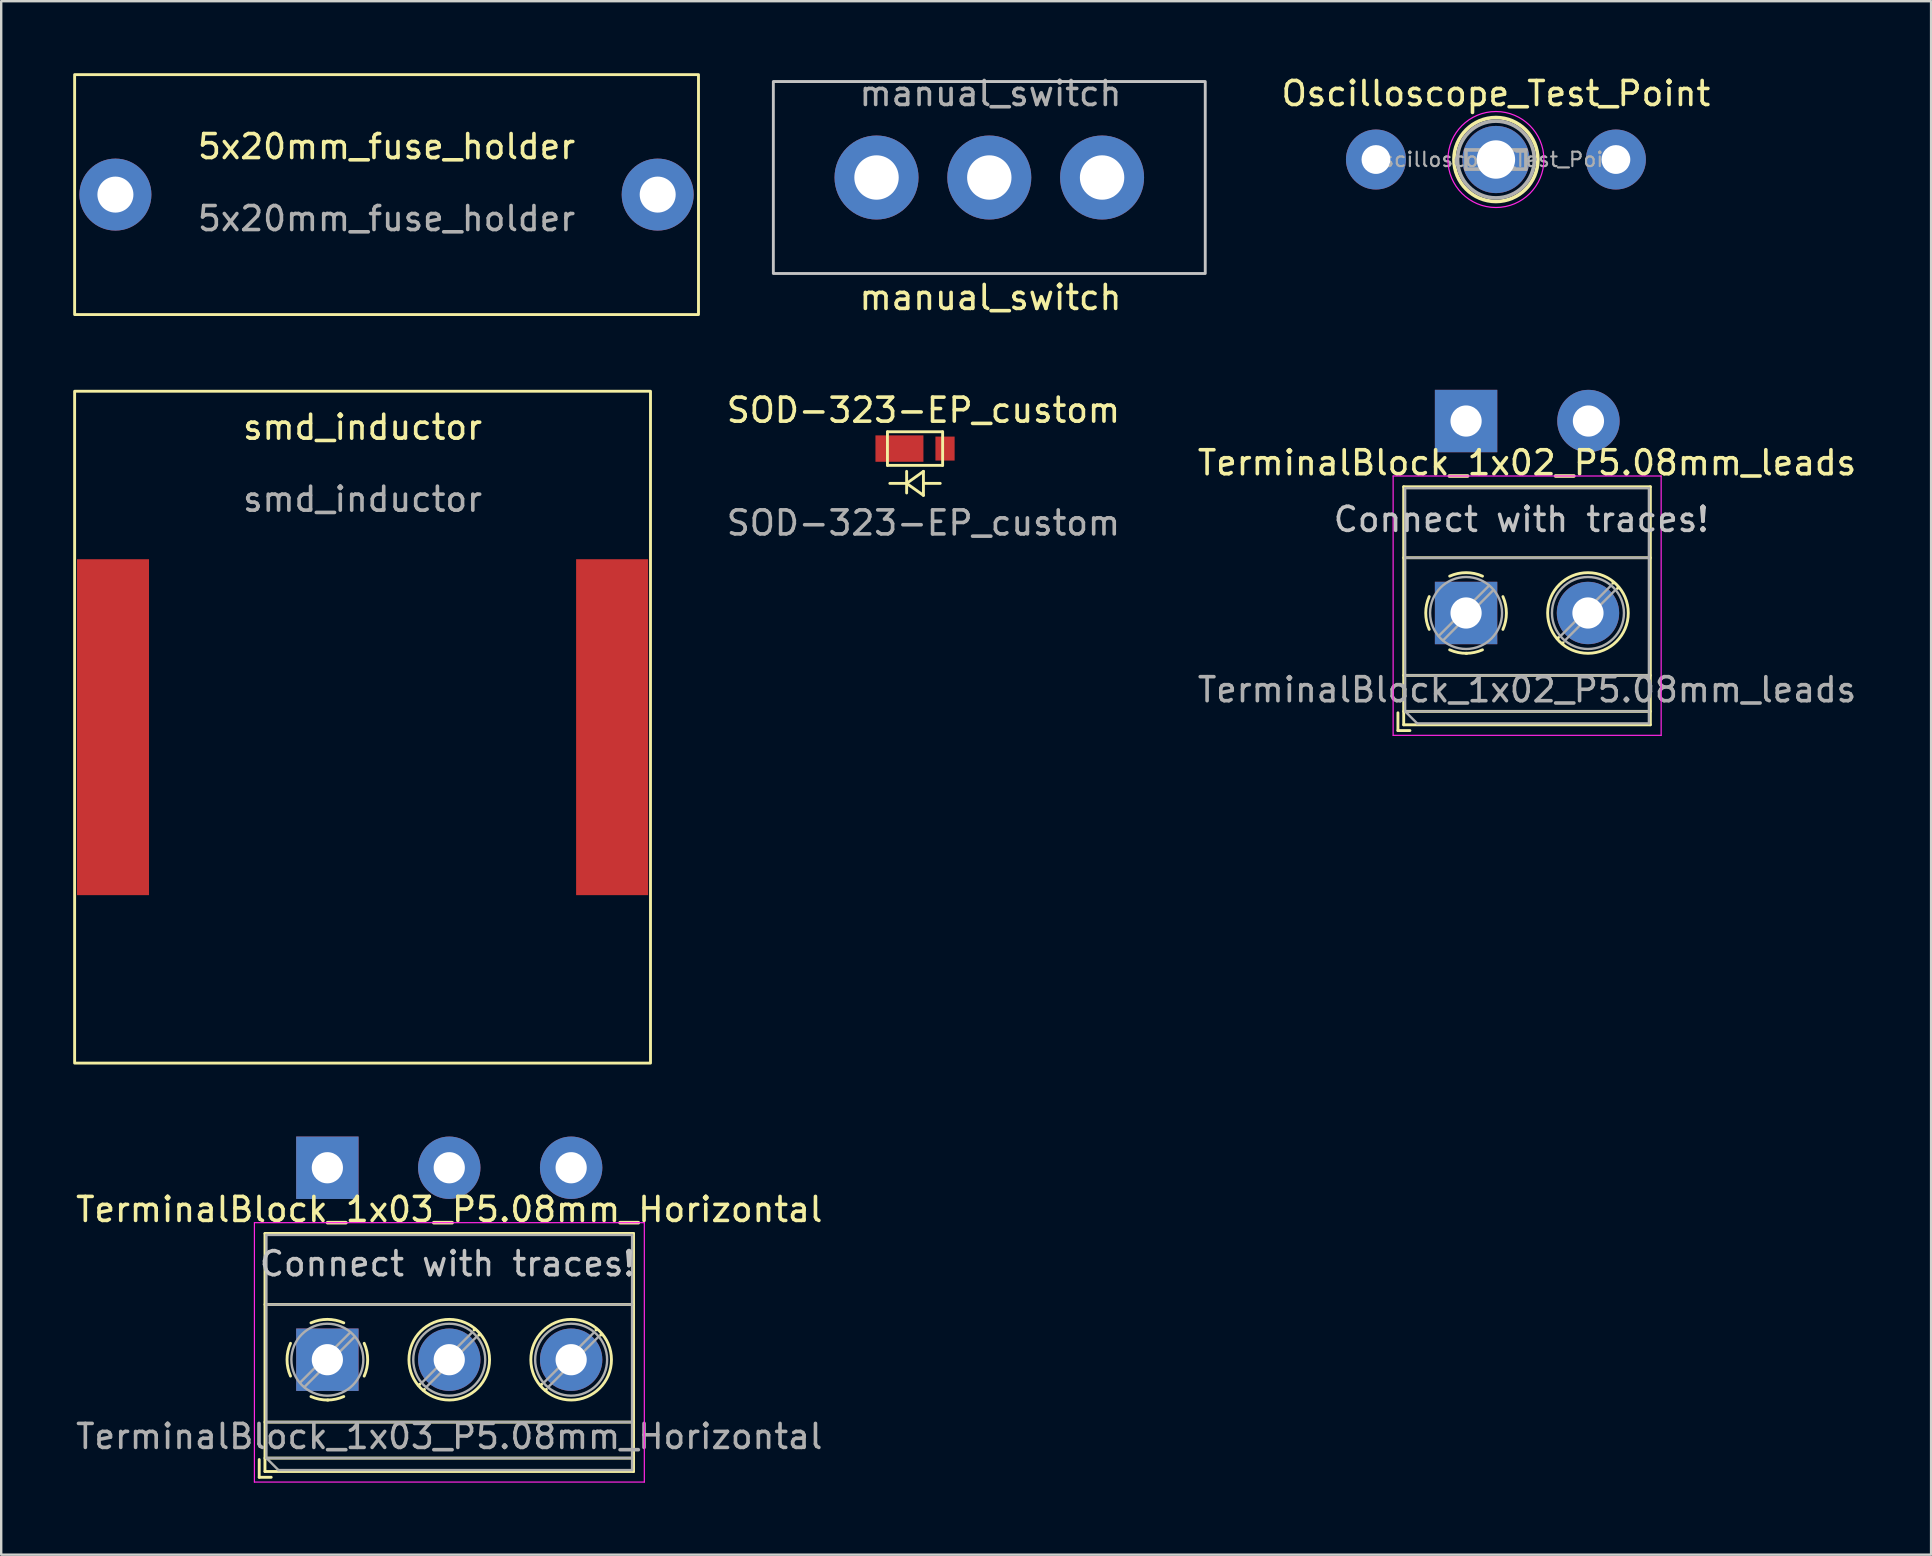
<source format=kicad_pcb>
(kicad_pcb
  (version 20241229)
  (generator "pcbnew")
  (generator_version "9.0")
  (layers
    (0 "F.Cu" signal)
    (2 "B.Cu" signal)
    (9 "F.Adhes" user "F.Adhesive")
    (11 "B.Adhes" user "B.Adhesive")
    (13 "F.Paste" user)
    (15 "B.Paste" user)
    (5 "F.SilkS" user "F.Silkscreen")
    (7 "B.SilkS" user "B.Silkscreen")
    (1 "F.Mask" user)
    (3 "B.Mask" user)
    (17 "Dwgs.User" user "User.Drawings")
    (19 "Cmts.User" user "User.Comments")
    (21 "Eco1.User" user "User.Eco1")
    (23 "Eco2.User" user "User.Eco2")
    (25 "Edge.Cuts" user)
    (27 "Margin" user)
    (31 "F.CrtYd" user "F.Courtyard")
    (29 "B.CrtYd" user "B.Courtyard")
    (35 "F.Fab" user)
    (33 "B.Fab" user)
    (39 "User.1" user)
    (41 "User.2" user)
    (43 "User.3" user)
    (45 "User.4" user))
  (footprint "smd_inductor"
    (layer "F.Cu")
    (at 12.06 27.256)
    (property "Reference" "smd_inductor" (at 0 -12.5 0) (unlocked yes) (layer "F.SilkS") (effects (font (size 1 1) (thickness 0.15))))
    (attr through_hole)
    (fp_rect (start -12 -14) (end 12 14) (stroke (width 0.12) (type solid)) (fill no) (layer "F.SilkS"))
    (fp_text user "${REFERENCE}" (at 0 -9.5 0) (unlocked yes) (layer "F.Fab") (effects (font (size 1 1) (thickness 0.15))))
    (pad "1" smd rect (at -10.4 0) (size 3 14) (layers "F.Cu" "F.Mask" "F.Paste"))
    (pad "2" smd rect (at 10.4 0) (size 3 14) (layers "F.Cu" "F.Mask" "F.Paste")))
  (footprint "TerminalBlock_1x02_P5.08mm_leads"
    (layer "F.Cu")
    (at 58.05 22.497)
    (property "Reference" "TerminalBlock_1x02_P5.08mm_leads" (at 2.54 -6.26 0) (layer "F.SilkS") (effects (font (size 1 1) (thickness 0.15))))
    (attr through_hole)
    (fp_line (start -2.84 4.16) (end -2.84 4.9) (stroke (width 0.12) (type solid)) (layer "F.SilkS"))
    (fp_line (start -2.84 4.9) (end -2.34 4.9) (stroke (width 0.12) (type solid)) (layer "F.SilkS"))
    (fp_line (start -2.6 -5.261) (end -2.6 4.66) (stroke (width 0.12) (type solid)) (layer "F.SilkS"))
    (fp_line (start -2.6 -5.261) (end 7.68 -5.261) (stroke (width 0.12) (type solid)) (layer "F.SilkS"))
    (fp_line (start -2.6 -2.301) (end 7.68 -2.301) (stroke (width 0.12) (type solid)) (layer "F.SilkS"))
    (fp_line (start -2.6 2.6) (end 7.68 2.6) (stroke (width 0.12) (type solid)) (layer "F.SilkS"))
    (fp_line (start -2.6 4.1) (end 7.68 4.1) (stroke (width 0.12) (type solid)) (layer "F.SilkS"))
    (fp_line (start -2.6 4.66) (end 7.68 4.66) (stroke (width 0.12) (type solid)) (layer "F.SilkS"))
    (fp_line (start 3.853 1.023) (end 3.806 1.069) (stroke (width 0.12) (type solid)) (layer "F.SilkS"))
    (fp_line (start 4.046 1.239) (end 4.011 1.274) (stroke (width 0.12) (type solid)) (layer "F.SilkS"))
    (fp_line (start 6.15 -1.275) (end 6.115 -1.239) (stroke (width 0.12) (type solid)) (layer "F.SilkS"))
    (fp_line (start 6.355 -1.069) (end 6.308 -1.023) (stroke (width 0.12) (type solid)) (layer "F.SilkS"))
    (fp_line (start 7.68 -5.261) (end 7.68 4.66) (stroke (width 0.12) (type solid)) (layer "F.SilkS"))
    (fp_arc (start -1.535427 0.683042) (mid -1.680501 -0.000524) (end -1.535 -0.684) (stroke (width 0.12) (type solid)) (layer "F.SilkS"))
    (fp_arc (start -0.683042 -1.535427) (mid 0.000524 -1.680501) (end 0.684 -1.535) (stroke (width 0.12) (type solid)) (layer "F.SilkS"))
    (fp_arc (start 0.028805 1.680253) (mid -0.335551 1.646659) (end -0.684 1.535) (stroke (width 0.12) (type solid)) (layer "F.SilkS"))
    (fp_arc (start 0.683318 1.534756) (mid 0.349292 1.643288) (end 0 1.68) (stroke (width 0.12) (type solid)) (layer "F.SilkS"))
    (fp_arc (start 1.535427 -0.683042) (mid 1.680501 0.000524) (end 1.535 0.684) (stroke (width 0.12) (type solid)) (layer "F.SilkS"))
    (fp_circle (center 5.08 0) (end 6.76 0) (stroke (width 0.12) (type solid)) (fill no) (layer "F.SilkS"))
    (fp_line (start -3.04 -5.71) (end -3.04 5.1) (stroke (width 0.05) (type solid)) (layer "F.CrtYd"))
    (fp_line (start -3.04 5.1) (end 8.13 5.1) (stroke (width 0.05) (type solid)) (layer "F.CrtYd"))
    (fp_line (start 8.13 -5.71) (end -3.04 -5.71) (stroke (width 0.05) (type solid)) (layer "F.CrtYd"))
    (fp_line (start 8.13 5.1) (end 8.13 -5.71) (stroke (width 0.05) (type solid)) (layer "F.CrtYd"))
    (fp_line (start -2.54 -5.2) (end 7.62 -5.2) (stroke (width 0.1) (type solid)) (layer "F.Fab"))
    (fp_line (start -2.54 -2.3) (end 7.62 -2.3) (stroke (width 0.1) (type solid)) (layer "F.Fab"))
    (fp_line (start -2.54 2.6) (end 7.62 2.6) (stroke (width 0.1) (type solid)) (layer "F.Fab"))
    (fp_line (start -2.54 4.1) (end -2.54 -5.2) (stroke (width 0.1) (type solid)) (layer "F.Fab"))
    (fp_line (start -2.54 4.1) (end 7.62 4.1) (stroke (width 0.1) (type solid)) (layer "F.Fab"))
    (fp_line (start -2.04 4.6) (end -2.54 4.1) (stroke (width 0.1) (type solid)) (layer "F.Fab"))
    (fp_line (start 0.955 -1.138) (end -1.138 0.955) (stroke (width 0.1) (type solid)) (layer "F.Fab"))
    (fp_line (start 1.138 -0.955) (end -0.955 1.138) (stroke (width 0.1) (type solid)) (layer "F.Fab"))
    (fp_line (start 6.035 -1.138) (end 3.943 0.955) (stroke (width 0.1) (type solid)) (layer "F.Fab"))
    (fp_line (start 6.218 -0.955) (end 4.126 1.138) (stroke (width 0.1) (type solid)) (layer "F.Fab"))
    (fp_line (start 7.62 -5.2) (end 7.62 4.6) (stroke (width 0.1) (type solid)) (layer "F.Fab"))
    (fp_line (start 7.62 4.6) (end -2.04 4.6) (stroke (width 0.1) (type solid)) (layer "F.Fab"))
    (fp_circle (center 0 0) (end 1.5 0) (stroke (width 0.1) (type solid)) (fill no) (layer "F.Fab"))
    (fp_circle (center 5.08 0) (end 6.58 0) (stroke (width 0.1) (type solid)) (fill no) (layer "F.Fab"))
    (fp_text user "Connect with traces!" (at 2.3 -3.9 0) (unlocked yes) (layer "Dwgs.User") (effects (font (size 1 1) (thickness 0.15))))
    (fp_text user "${REFERENCE}" (at 2.54 3.2 0) (layer "F.Fab") (effects (font (size 1 1) (thickness 0.15))))
    (pad "1" thru_hole rect (at 0 -8) (size 2.6 2.6) (drill 1.3) (layers "*.Cu" "*.Mask"))
    (pad "1" thru_hole rect (at 0 0) (size 2.6 2.6) (drill 1.3) (layers "*.Cu" "*.Mask"))
    (pad "2" thru_hole circle (at 5.08 0) (size 2.6 2.6) (drill 1.3) (layers "*.Cu" "*.Mask"))
    (pad "2" thru_hole circle (at 5.1 -8) (size 2.6 2.6) (drill 1.3) (layers "*.Cu" "*.Mask")))
  (footprint "manual_switch"
    (layer "F.Cu")
    (at 38.18 4.348)
    (property "Reference" "manual_switch" (at 0.05 5 0) (unlocked yes) (layer "F.SilkS") (effects (font (size 1 1) (thickness 0.15))))
    (attr through_hole)
    (fp_rect (start -9 -4) (end 9 4) (stroke (width 0.12) (type solid)) (fill no) (layer "Dwgs.User"))
    (fp_text user "${REFERENCE}" (at 0.05 -3.5 0) (unlocked yes) (layer "F.Fab") (effects (font (size 1 1) (thickness 0.15))))
    (pad "1" thru_hole circle (at -4.7 0) (size 3.5 3.5) (drill 1.85) (layers "*.Cu" "*.Mask"))
    (pad "2" thru_hole circle (at 0 0) (size 3.5 3.5) (drill 1.85) (layers "*.Cu" "*.Mask"))
    (pad "3" thru_hole circle (at 4.7 0) (size 3.5 3.5) (drill 1.85) (layers "*.Cu" "*.Mask")))
  (footprint "SOD-323-EP_custom"
    (layer "F.Cu")
    (at 35.435 15.645)
    (property "Reference" "SOD-323-EP_custom" (at 0 -1.6 0) (unlocked yes) (layer "F.SilkS") (effects (font (size 1 1) (thickness 0.15))))
    (attr smd)
    (fp_line (start -1.5 -0.7) (end 0.8 -0.7) (stroke (width 0.12) (type solid)) (layer "F.SilkS"))
    (fp_line (start -1.5 0.7) (end -1.5 -0.7) (stroke (width 0.12) (type solid)) (layer "F.SilkS"))
    (fp_line (start -0.7 0.95) (end -0.7 1.85) (stroke (width 0.12) (type solid)) (layer "F.SilkS"))
    (fp_line (start -0.7 1.45) (end -1.4 1.45) (stroke (width 0.12) (type solid)) (layer "F.SilkS"))
    (fp_line (start -0.7 1.45) (end 0 1.95) (stroke (width 0.12) (type solid)) (layer "F.SilkS"))
    (fp_line (start 0 0.95) (end -0.7 1.45) (stroke (width 0.12) (type solid)) (layer "F.SilkS"))
    (fp_line (start 0 1.45) (end 0 0.95) (stroke (width 0.12) (type solid)) (layer "F.SilkS"))
    (fp_line (start 0 1.95) (end 0 1.45) (stroke (width 0.12) (type solid)) (layer "F.SilkS"))
    (fp_line (start 0.7 1.45) (end 0 1.45) (stroke (width 0.12) (type solid)) (layer "F.SilkS"))
    (fp_line (start 0.8 -0.7) (end 0.8 0.7) (stroke (width 0.12) (type solid)) (layer "F.SilkS"))
    (fp_line (start 0.8 0.7) (end -1.5 0.7) (stroke (width 0.12) (type solid)) (layer "F.SilkS"))
    (fp_text user "${REFERENCE}" (at 0 3.1 0) (unlocked yes) (layer "F.Fab") (effects (font (size 1 1) (thickness 0.15))))
    (pad "1" smd rect (at -1 0) (size 2 1.1) (layers "F.Cu" "F.Mask" "F.Paste"))
    (pad "2" smd rect (at 0.9 0) (size 0.8 1) (layers "F.Cu" "F.Mask" "F.Paste")))
  (footprint "Oscilloscope_Test_Point"
    (layer "F.Cu")
    (at 59.294 3.598)
    (property "Reference" "Oscilloscope_Test_Point" (at 0 -2.75 0) (layer "F.SilkS") (effects (font (size 1 1) (thickness 0.15))))
    (attr through_hole)
    (fp_circle (center 0 0) (end 1.75 0) (stroke (width 0.15) (type solid)) (fill no) (layer "F.SilkS"))
    (fp_circle (center 0 0) (end 2 0) (stroke (width 0.05) (type solid)) (fill no) (layer "F.CrtYd"))
    (fp_line (start -1.25 -0.4) (end 1.25 -0.4) (stroke (width 0.15) (type solid)) (layer "F.Fab"))
    (fp_line (start -1.25 0.4) (end -1.25 -0.4) (stroke (width 0.15) (type solid)) (layer "F.Fab"))
    (fp_line (start 1.25 -0.4) (end 1.25 0.4) (stroke (width 0.15) (type solid)) (layer "F.Fab"))
    (fp_line (start 1.25 0.4) (end -1.25 0.4) (stroke (width 0.15) (type solid)) (layer "F.Fab"))
    (fp_circle (center 0 0) (end 1.6 0) (stroke (width 0.15) (type solid)) (fill no) (layer "F.Fab"))
    (fp_text user "${REFERENCE}" (at 0 0 0) (layer "F.Fab") (effects (font (size 0.6 0.6) (thickness 0.09))))
    (pad "1" thru_hole circle (at 0 0) (size 2.8 2.8) (drill 1.6) (layers "*.Cu" "*.Mask"))
    (pad "2" thru_hole circle (at -5 0) (size 2.5 2.5) (drill 1.2) (layers "*.Cu" "*.Mask"))
    (pad "2" thru_hole circle (at 5 0) (size 2.5 2.5) (drill 1.2) (layers "*.Cu" "*.Mask")))
  (footprint "5x20mm_fuse_holder"
    (layer "F.Cu")
    (at 13.06 5.06)
    (property "Reference" "5x20mm_fuse_holder" (at 0 -2 0) (unlocked yes) (layer "F.SilkS") (effects (font (size 1 1) (thickness 0.15))))
    (attr through_hole)
    (fp_rect (start -13 -5) (end 13 5) (stroke (width 0.12) (type solid)) (fill no) (layer "F.SilkS"))
    (fp_text user "${REFERENCE}" (at 0 1 0) (unlocked yes) (layer "F.Fab") (effects (font (size 1 1) (thickness 0.15))))
    (pad "1" thru_hole circle (at -11.3 0) (size 3 3) (drill 1.5) (layers "*.Cu" "*.Mask"))
    (pad "2" thru_hole circle (at 11.3 0) (size 3 3) (drill 1.5) (layers "*.Cu" "*.Mask")))
  (footprint "TerminalBlock_1x03_P5.08mm_Horizontal"
    (layer "F.Cu")
    (at 10.593 53.617)
    (property "Reference" "TerminalBlock_1x03_P5.08mm_Horizontal" (at 5.08 -6.26 0) (layer "F.SilkS") (effects (font (size 1 1) (thickness 0.15))))
    (attr through_hole)
    (fp_line (start -2.84 4.16) (end -2.84 4.9) (stroke (width 0.12) (type solid)) (layer "F.SilkS"))
    (fp_line (start -2.84 4.9) (end -2.34 4.9) (stroke (width 0.12) (type solid)) (layer "F.SilkS"))
    (fp_line (start -2.6 -5.261) (end -2.6 4.66) (stroke (width 0.12) (type solid)) (layer "F.SilkS"))
    (fp_line (start -2.6 -5.261) (end 12.76 -5.261) (stroke (width 0.12) (type solid)) (layer "F.SilkS"))
    (fp_line (start -2.6 -2.301) (end 12.76 -2.301) (stroke (width 0.12) (type solid)) (layer "F.SilkS"))
    (fp_line (start -2.6 2.6) (end 12.76 2.6) (stroke (width 0.12) (type solid)) (layer "F.SilkS"))
    (fp_line (start -2.6 4.1) (end 12.76 4.1) (stroke (width 0.12) (type solid)) (layer "F.SilkS"))
    (fp_line (start -2.6 4.66) (end 12.76 4.66) (stroke (width 0.12) (type solid)) (layer "F.SilkS"))
    (fp_line (start 3.853 1.023) (end 3.806 1.069) (stroke (width 0.12) (type solid)) (layer "F.SilkS"))
    (fp_line (start 4.046 1.239) (end 4.011 1.274) (stroke (width 0.12) (type solid)) (layer "F.SilkS"))
    (fp_line (start 6.15 -1.275) (end 6.115 -1.239) (stroke (width 0.12) (type solid)) (layer "F.SilkS"))
    (fp_line (start 6.355 -1.069) (end 6.308 -1.023) (stroke (width 0.12) (type solid)) (layer "F.SilkS"))
    (fp_line (start 8.933 1.023) (end 8.886 1.069) (stroke (width 0.12) (type solid)) (layer "F.SilkS"))
    (fp_line (start 9.126 1.239) (end 9.091 1.274) (stroke (width 0.12) (type solid)) (layer "F.SilkS"))
    (fp_line (start 11.23 -1.275) (end 11.195 -1.239) (stroke (width 0.12) (type solid)) (layer "F.SilkS"))
    (fp_line (start 11.435 -1.069) (end 11.388 -1.023) (stroke (width 0.12) (type solid)) (layer "F.SilkS"))
    (fp_line (start 12.76 -5.261) (end 12.76 4.66) (stroke (width 0.12) (type solid)) (layer "F.SilkS"))
    (fp_arc (start -1.535427 0.683042) (mid -1.680501 -0.000524) (end -1.535 -0.684) (stroke (width 0.12) (type solid)) (layer "F.SilkS"))
    (fp_arc (start -0.683042 -1.535427) (mid 0.000524 -1.680501) (end 0.684 -1.535) (stroke (width 0.12) (type solid)) (layer "F.SilkS"))
    (fp_arc (start 0.028805 1.680253) (mid -0.335551 1.646659) (end -0.684 1.535) (stroke (width 0.12) (type solid)) (layer "F.SilkS"))
    (fp_arc (start 0.683318 1.534756) (mid 0.349292 1.643288) (end 0 1.68) (stroke (width 0.12) (type solid)) (layer "F.SilkS"))
    (fp_arc (start 1.535427 -0.683042) (mid 1.680501 0.000524) (end 1.535 0.684) (stroke (width 0.12) (type solid)) (layer "F.SilkS"))
    (fp_circle (center 5.08 0) (end 6.76 0) (stroke (width 0.12) (type solid)) (fill no) (layer "F.SilkS"))
    (fp_circle (center 10.16 0) (end 11.84 0) (stroke (width 0.12) (type solid)) (fill no) (layer "F.SilkS"))
    (fp_line (start -3.04 -5.71) (end -3.04 5.1) (stroke (width 0.05) (type solid)) (layer "F.CrtYd"))
    (fp_line (start -3.04 5.1) (end 13.21 5.1) (stroke (width 0.05) (type solid)) (layer "F.CrtYd"))
    (fp_line (start 13.21 -5.71) (end -3.04 -5.71) (stroke (width 0.05) (type solid)) (layer "F.CrtYd"))
    (fp_line (start 13.21 5.1) (end 13.21 -5.71) (stroke (width 0.05) (type solid)) (layer "F.CrtYd"))
    (fp_line (start -2.54 -5.2) (end 12.7 -5.2) (stroke (width 0.1) (type solid)) (layer "F.Fab"))
    (fp_line (start -2.54 -2.3) (end 12.7 -2.3) (stroke (width 0.1) (type solid)) (layer "F.Fab"))
    (fp_line (start -2.54 2.6) (end 12.7 2.6) (stroke (width 0.1) (type solid)) (layer "F.Fab"))
    (fp_line (start -2.54 4.1) (end -2.54 -5.2) (stroke (width 0.1) (type solid)) (layer "F.Fab"))
    (fp_line (start -2.54 4.1) (end 12.7 4.1) (stroke (width 0.1) (type solid)) (layer "F.Fab"))
    (fp_line (start -2.04 4.6) (end -2.54 4.1) (stroke (width 0.1) (type solid)) (layer "F.Fab"))
    (fp_line (start 0.955 -1.138) (end -1.138 0.955) (stroke (width 0.1) (type solid)) (layer "F.Fab"))
    (fp_line (start 1.138 -0.955) (end -0.955 1.138) (stroke (width 0.1) (type solid)) (layer "F.Fab"))
    (fp_line (start 6.035 -1.138) (end 3.943 0.955) (stroke (width 0.1) (type solid)) (layer "F.Fab"))
    (fp_line (start 6.218 -0.955) (end 4.126 1.138) (stroke (width 0.1) (type solid)) (layer "F.Fab"))
    (fp_line (start 11.115 -1.138) (end 9.023 0.955) (stroke (width 0.1) (type solid)) (layer "F.Fab"))
    (fp_line (start 11.298 -0.955) (end 9.206 1.138) (stroke (width 0.1) (type solid)) (layer "F.Fab"))
    (fp_line (start 12.7 -5.2) (end 12.7 4.6) (stroke (width 0.1) (type solid)) (layer "F.Fab"))
    (fp_line (start 12.7 4.6) (end -2.04 4.6) (stroke (width 0.1) (type solid)) (layer "F.Fab"))
    (fp_circle (center 0 0) (end 1.5 0) (stroke (width 0.1) (type solid)) (fill no) (layer "F.Fab"))
    (fp_circle (center 5.08 0) (end 6.58 0) (stroke (width 0.1) (type solid)) (fill no) (layer "F.Fab"))
    (fp_circle (center 10.16 0) (end 11.66 0) (stroke (width 0.1) (type solid)) (fill no) (layer "F.Fab"))
    (fp_text user "Connect with traces!" (at 5 -4 0) (unlocked yes) (layer "Dwgs.User") (effects (font (size 1 1) (thickness 0.15))))
    (fp_text user "${REFERENCE}" (at 5.08 3.2 0) (layer "F.Fab") (effects (font (size 1 1) (thickness 0.15))))
    (pad "1" thru_hole rect (at 0 -8) (size 2.6 2.6) (drill 1.3) (layers "*.Cu" "*.Mask"))
    (pad "1" thru_hole rect (at 0 0) (size 2.6 2.6) (drill 1.3) (layers "*.Cu" "*.Mask"))
    (pad "2" thru_hole circle (at 5.08 -8) (size 2.6 2.6) (drill 1.3) (layers "*.Cu" "*.Mask"))
    (pad "2" thru_hole circle (at 5.08 0) (size 2.6 2.6) (drill 1.3) (layers "*.Cu" "*.Mask"))
    (pad "3" thru_hole circle (at 10.16 -8) (size 2.6 2.6) (drill 1.3) (layers "*.Cu" "*.Mask"))
    (pad "3" thru_hole circle (at 10.16 0) (size 2.6 2.6) (drill 1.3) (layers "*.Cu" "*.Mask")))
  (gr_rect
    (start -3 -3)
    (end 77.43 61.742)
    (stroke (width 0.1) (type default))
    (fill no)
    (layer "Edge.Cuts")))
</source>
